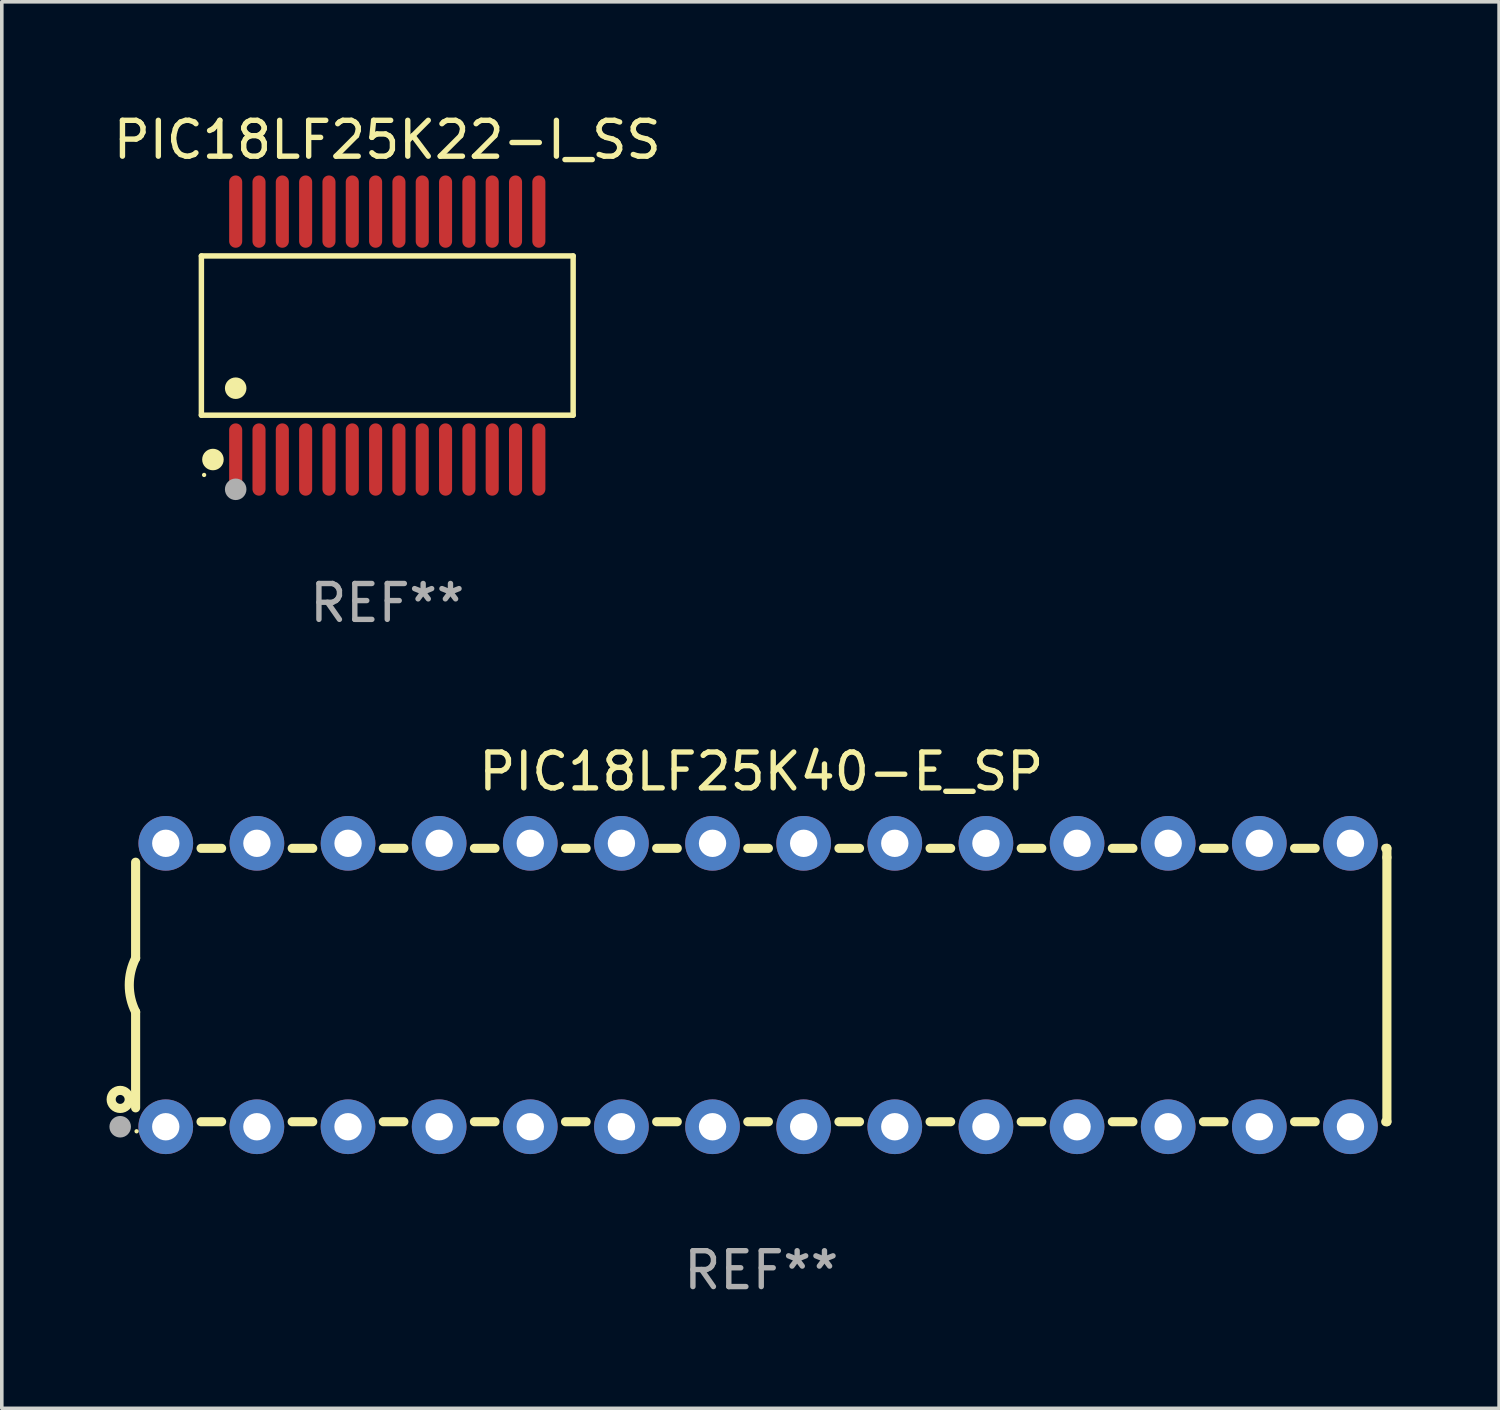
<source format=kicad_pcb>
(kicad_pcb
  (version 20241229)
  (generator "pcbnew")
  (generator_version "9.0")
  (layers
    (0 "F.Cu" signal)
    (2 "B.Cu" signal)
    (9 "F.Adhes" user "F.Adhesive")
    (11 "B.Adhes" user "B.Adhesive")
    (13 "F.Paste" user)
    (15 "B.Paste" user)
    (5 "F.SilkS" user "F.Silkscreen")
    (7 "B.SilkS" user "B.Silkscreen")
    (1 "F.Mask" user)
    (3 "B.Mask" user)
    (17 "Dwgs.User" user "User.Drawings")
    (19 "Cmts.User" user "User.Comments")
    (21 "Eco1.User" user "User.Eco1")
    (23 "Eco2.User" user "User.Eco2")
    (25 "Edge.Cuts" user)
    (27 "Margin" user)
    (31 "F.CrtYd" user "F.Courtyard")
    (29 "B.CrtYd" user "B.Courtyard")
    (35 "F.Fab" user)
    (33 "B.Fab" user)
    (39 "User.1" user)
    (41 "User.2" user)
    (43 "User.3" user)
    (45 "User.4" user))
  (footprint "PIC18LF25K22-I_SS"
    (layer "F.Cu")
    (at 7.744 6.303)
    (property "Reference" "PIC18LF25K22-I_SS" (at 0 -5.455 0) (layer "F.SilkS") (effects (font (size 1 1) (thickness 0.15))))
    (attr through_hole)
    (fp_line (start -5.181 -2.219) (end 5.181 -2.219) (stroke (width 0.152) (type solid)) (layer "F.SilkS"))
    (fp_line (start -5.181 2.219) (end -5.181 -2.219) (stroke (width 0.152) (type solid)) (layer "F.SilkS"))
    (fp_line (start 5.181 -2.219) (end 5.181 2.219) (stroke (width 0.152) (type solid)) (layer "F.SilkS"))
    (fp_line (start 5.181 2.219) (end -5.181 2.219) (stroke (width 0.152) (type solid)) (layer "F.SilkS"))
    (fp_circle (center -5.105 3.885) (end -5.075 3.885) (stroke (width 0.06) (type solid)) (fill no) (layer "F.SilkS"))
    (fp_circle (center -4.859 3.455) (end -4.709 3.455) (stroke (width 0.3) (type solid)) (fill no) (layer "F.SilkS"))
    (fp_circle (center -4.225 1.467) (end -4.075 1.467) (stroke (width 0.3) (type solid)) (fill no) (layer "F.SilkS"))
    (fp_circle (center -4.225 4.285) (end -4.075 4.285) (stroke (width 0.3) (type solid)) (fill no) (layer "F.Fab"))
    (fp_text user "REF**" (at 0 7.455 0) (layer "F.Fab") (effects (font (size 1 1) (thickness 0.15))))
    (pad "1" smd oval (at -4.225 3.455) (size 0.364 2.015) (layers "F.Cu" "F.Mask" "F.Paste"))
    (pad "2" smd oval (at -3.575 3.455) (size 0.364 2.015) (layers "F.Cu" "F.Mask" "F.Paste"))
    (pad "3" smd oval (at -2.925 3.455) (size 0.364 2.015) (layers "F.Cu" "F.Mask" "F.Paste"))
    (pad "4" smd oval (at -2.275 3.455) (size 0.364 2.015) (layers "F.Cu" "F.Mask" "F.Paste"))
    (pad "5" smd oval (at -1.625 3.455) (size 0.364 2.015) (layers "F.Cu" "F.Mask" "F.Paste"))
    (pad "6" smd oval (at -0.975 3.455) (size 0.364 2.015) (layers "F.Cu" "F.Mask" "F.Paste"))
    (pad "7" smd oval (at -0.325 3.455) (size 0.364 2.015) (layers "F.Cu" "F.Mask" "F.Paste"))
    (pad "8" smd oval (at 0.325 3.455) (size 0.364 2.015) (layers "F.Cu" "F.Mask" "F.Paste"))
    (pad "9" smd oval (at 0.975 3.455) (size 0.364 2.015) (layers "F.Cu" "F.Mask" "F.Paste"))
    (pad "10" smd oval (at 1.625 3.455) (size 0.364 2.015) (layers "F.Cu" "F.Mask" "F.Paste"))
    (pad "11" smd oval (at 2.275 3.455) (size 0.364 2.015) (layers "F.Cu" "F.Mask" "F.Paste"))
    (pad "12" smd oval (at 2.925 3.455) (size 0.364 2.015) (layers "F.Cu" "F.Mask" "F.Paste"))
    (pad "13" smd oval (at 3.575 3.455) (size 0.364 2.015) (layers "F.Cu" "F.Mask" "F.Paste"))
    (pad "14" smd oval (at 4.225 3.455) (size 0.364 2.015) (layers "F.Cu" "F.Mask" "F.Paste"))
    (pad "15" smd oval (at 4.225 -3.455) (size 0.364 2.015) (layers "F.Cu" "F.Mask" "F.Paste"))
    (pad "16" smd oval (at 3.575 -3.455) (size 0.364 2.015) (layers "F.Cu" "F.Mask" "F.Paste"))
    (pad "17" smd oval (at 2.925 -3.455) (size 0.364 2.015) (layers "F.Cu" "F.Mask" "F.Paste"))
    (pad "18" smd oval (at 2.275 -3.455) (size 0.364 2.015) (layers "F.Cu" "F.Mask" "F.Paste"))
    (pad "19" smd oval (at 1.625 -3.455) (size 0.364 2.015) (layers "F.Cu" "F.Mask" "F.Paste"))
    (pad "20" smd oval (at 0.975 -3.455) (size 0.364 2.015) (layers "F.Cu" "F.Mask" "F.Paste"))
    (pad "21" smd oval (at 0.325 -3.455) (size 0.364 2.015) (layers "F.Cu" "F.Mask" "F.Paste"))
    (pad "22" smd oval (at -0.325 -3.455) (size 0.364 2.015) (layers "F.Cu" "F.Mask" "F.Paste"))
    (pad "23" smd oval (at -0.975 -3.455) (size 0.364 2.015) (layers "F.Cu" "F.Mask" "F.Paste"))
    (pad "24" smd oval (at -1.625 -3.455) (size 0.364 2.015) (layers "F.Cu" "F.Mask" "F.Paste"))
    (pad "25" smd oval (at -2.275 -3.455) (size 0.364 2.015) (layers "F.Cu" "F.Mask" "F.Paste"))
    (pad "26" smd oval (at -2.925 -3.455) (size 0.364 2.015) (layers "F.Cu" "F.Mask" "F.Paste"))
    (pad "27" smd oval (at -3.575 -3.455) (size 0.364 2.015) (layers "F.Cu" "F.Mask" "F.Paste"))
    (pad "28" smd oval (at -4.225 -3.455) (size 0.364 2.015) (layers "F.Cu" "F.Mask" "F.Paste")))
  (footprint "PIC18LF25K40-E_SP"
    (layer "F.Cu")
    (at 18.168 24.405)
    (property "Reference" "PIC18LF25K40-E_SP" (at 0 -5.95 0) (layer "F.SilkS") (effects (font (size 1 1) (thickness 0.15))))
    (attr through_hole)
    (fp_line (start -17.438 0.75) (end -17.438 3.423) (stroke (width 0.254) (type solid)) (layer "F.SilkS"))
    (fp_line (start -17.438 -3.423) (end -17.438 -0.75) (stroke (width 0.254) (type solid)) (layer "F.SilkS"))
    (fp_line (start -15.615 3.81) (end -15.041 3.81) (stroke (width 0.254) (type solid)) (layer "F.SilkS"))
    (fp_line (start -15.041 -3.81) (end -15.614 -3.81) (stroke (width 0.254) (type solid)) (layer "F.SilkS"))
    (fp_line (start -13.075 3.81) (end -12.501 3.81) (stroke (width 0.254) (type solid)) (layer "F.SilkS"))
    (fp_line (start -12.501 -3.81) (end -13.074 -3.81) (stroke (width 0.254) (type solid)) (layer "F.SilkS"))
    (fp_line (start -10.535 3.81) (end -9.961 3.81) (stroke (width 0.254) (type solid)) (layer "F.SilkS"))
    (fp_line (start -9.961 -3.81) (end -10.534 -3.81) (stroke (width 0.254) (type solid)) (layer "F.SilkS"))
    (fp_line (start -7.995 3.81) (end -7.421 3.81) (stroke (width 0.254) (type solid)) (layer "F.SilkS"))
    (fp_line (start -7.421 -3.81) (end -7.995 -3.81) (stroke (width 0.254) (type solid)) (layer "F.SilkS"))
    (fp_line (start -5.455 3.81) (end -4.881 3.81) (stroke (width 0.254) (type solid)) (layer "F.SilkS"))
    (fp_line (start -4.881 -3.81) (end -5.455 -3.81) (stroke (width 0.254) (type solid)) (layer "F.SilkS"))
    (fp_line (start -2.915 3.81) (end -2.341 3.81) (stroke (width 0.254) (type solid)) (layer "F.SilkS"))
    (fp_line (start -2.341 -3.81) (end -2.915 -3.81) (stroke (width 0.254) (type solid)) (layer "F.SilkS"))
    (fp_line (start -0.375 3.81) (end 0.199 3.81) (stroke (width 0.254) (type solid)) (layer "F.SilkS"))
    (fp_line (start 0.199 -3.81) (end -0.375 -3.81) (stroke (width 0.254) (type solid)) (layer "F.SilkS"))
    (fp_line (start 2.165 3.81) (end 2.739 3.81) (stroke (width 0.254) (type solid)) (layer "F.SilkS"))
    (fp_line (start 2.739 -3.81) (end 2.165 -3.81) (stroke (width 0.254) (type solid)) (layer "F.SilkS"))
    (fp_line (start 4.705 3.81) (end 5.279 3.81) (stroke (width 0.254) (type solid)) (layer "F.SilkS"))
    (fp_line (start 5.279 -3.81) (end 4.705 -3.81) (stroke (width 0.254) (type solid)) (layer "F.SilkS"))
    (fp_line (start 7.245 3.81) (end 7.819 3.81) (stroke (width 0.254) (type solid)) (layer "F.SilkS"))
    (fp_line (start 7.819 -3.81) (end 7.245 -3.81) (stroke (width 0.254) (type solid)) (layer "F.SilkS"))
    (fp_line (start 9.785 3.81) (end 10.359 3.81) (stroke (width 0.254) (type solid)) (layer "F.SilkS"))
    (fp_line (start 10.359 -3.81) (end 9.785 -3.81) (stroke (width 0.254) (type solid)) (layer "F.SilkS"))
    (fp_line (start 12.325 3.81) (end 12.899 3.81) (stroke (width 0.254) (type solid)) (layer "F.SilkS"))
    (fp_line (start 12.899 -3.81) (end 12.325 -3.81) (stroke (width 0.254) (type solid)) (layer "F.SilkS"))
    (fp_line (start 14.865 3.81) (end 15.439 3.81) (stroke (width 0.254) (type solid)) (layer "F.SilkS"))
    (fp_line (start 15.439 -3.81) (end 14.865 -3.81) (stroke (width 0.254) (type solid)) (layer "F.SilkS"))
    (fp_line (start 17.405 3.81) (end 17.438 3.81) (stroke (width 0.254) (type solid)) (layer "F.SilkS"))
    (fp_line (start 17.438 -3.81) (end 17.405 -3.81) (stroke (width 0.254) (type solid)) (layer "F.SilkS"))
    (fp_line (start 17.438 -3.556) (end 17.438 -3.81) (stroke (width 0.254) (type solid)) (layer "F.SilkS"))
    (fp_line (start 17.438 3.81) (end 17.438 -3.556) (stroke (width 0.254) (type solid)) (layer "F.SilkS"))
    (fp_arc (start -17.437986 0.749657) (mid -17.614887 -0.000024) (end -17.437783 -0.749657) (stroke (width 0.254001) (type solid)) (layer "F.SilkS"))
    (fp_circle (center -17.868 3.188) (end -17.743 3.188) (stroke (width 0.254) (type solid)) (fill no) (layer "F.SilkS"))
    (fp_circle (center -17.411 4.077) (end -17.381 4.077) (stroke (width 0.06) (type solid)) (fill no) (layer "F.SilkS"))
    (fp_circle (center -17.868 3.95) (end -17.718 3.95) (stroke (width 0.3) (type solid)) (fill no) (layer "F.Fab"))
    (fp_text user "REF**" (at 0 7.95 0) (layer "F.Fab") (effects (font (size 1 1) (thickness 0.15))))
    (pad "1" thru_hole circle (at -16.598 3.95) (size 1.524 1.524) (drill 0.762) (layers "*.Cu" "*.Mask"))
    (pad "2" thru_hole circle (at -14.058 3.95) (size 1.524 1.524) (drill 0.762) (layers "*.Cu" "*.Mask"))
    (pad "3" thru_hole circle (at -11.518 3.95) (size 1.524 1.524) (drill 0.762) (layers "*.Cu" "*.Mask"))
    (pad "4" thru_hole circle (at -8.978 3.95) (size 1.524 1.524) (drill 0.762) (layers "*.Cu" "*.Mask"))
    (pad "5" thru_hole circle (at -6.438 3.95) (size 1.524 1.524) (drill 0.762) (layers "*.Cu" "*.Mask"))
    (pad "6" thru_hole circle (at -3.898 3.95) (size 1.524 1.524) (drill 0.762) (layers "*.Cu" "*.Mask"))
    (pad "7" thru_hole circle (at -1.358 3.95) (size 1.524 1.524) (drill 0.762) (layers "*.Cu" "*.Mask"))
    (pad "8" thru_hole circle (at 1.182 3.95) (size 1.524 1.524) (drill 0.762) (layers "*.Cu" "*.Mask"))
    (pad "9" thru_hole circle (at 3.722 3.95) (size 1.524 1.524) (drill 0.762) (layers "*.Cu" "*.Mask"))
    (pad "10" thru_hole circle (at 6.262 3.95) (size 1.524 1.524) (drill 0.762) (layers "*.Cu" "*.Mask"))
    (pad "11" thru_hole circle (at 8.802 3.95) (size 1.524 1.524) (drill 0.762) (layers "*.Cu" "*.Mask"))
    (pad "12" thru_hole circle (at 11.342 3.95) (size 1.524 1.524) (drill 0.762) (layers "*.Cu" "*.Mask"))
    (pad "13" thru_hole circle (at 13.882 3.95) (size 1.524 1.524) (drill 0.762) (layers "*.Cu" "*.Mask"))
    (pad "14" thru_hole circle (at 16.422 3.95) (size 1.524 1.524) (drill 0.762) (layers "*.Cu" "*.Mask"))
    (pad "15" thru_hole circle (at 16.422 -3.95) (size 1.524 1.524) (drill 0.762) (layers "*.Cu" "*.Mask"))
    (pad "16" thru_hole circle (at 13.882 -3.95) (size 1.524 1.524) (drill 0.762) (layers "*.Cu" "*.Mask"))
    (pad "17" thru_hole circle (at 11.342 -3.95) (size 1.524 1.524) (drill 0.762) (layers "*.Cu" "*.Mask"))
    (pad "18" thru_hole circle (at 8.802 -3.95) (size 1.524 1.524) (drill 0.762) (layers "*.Cu" "*.Mask"))
    (pad "19" thru_hole circle (at 6.262 -3.95) (size 1.524 1.524) (drill 0.762) (layers "*.Cu" "*.Mask"))
    (pad "20" thru_hole circle (at 3.722 -3.95) (size 1.524 1.524) (drill 0.762) (layers "*.Cu" "*.Mask"))
    (pad "21" thru_hole circle (at 1.182 -3.95) (size 1.524 1.524) (drill 0.762) (layers "*.Cu" "*.Mask"))
    (pad "22" thru_hole circle (at -1.358 -3.95) (size 1.524 1.524) (drill 0.762) (layers "*.Cu" "*.Mask"))
    (pad "23" thru_hole circle (at -3.898 -3.95) (size 1.524 1.524) (drill 0.762) (layers "*.Cu" "*.Mask"))
    (pad "24" thru_hole circle (at -6.438 -3.95) (size 1.524 1.524) (drill 0.762) (layers "*.Cu" "*.Mask"))
    (pad "25" thru_hole circle (at -8.978 -3.95) (size 1.524 1.524) (drill 0.762) (layers "*.Cu" "*.Mask"))
    (pad "26" thru_hole circle (at -11.517 -3.95) (size 1.524 1.524) (drill 0.762) (layers "*.Cu" "*.Mask"))
    (pad "27" thru_hole circle (at -14.057 -3.95) (size 1.524 1.524) (drill 0.762) (layers "*.Cu" "*.Mask"))
    (pad "28" thru_hole circle (at -16.597 -3.95) (size 1.524 1.524) (drill 0.762) (layers "*.Cu" "*.Mask")))
  (gr_rect
    (start -3 -3)
    (end 38.733 36.203)
    (stroke (width 0.1) (type default))
    (fill no)
    (layer "Edge.Cuts")))
</source>
